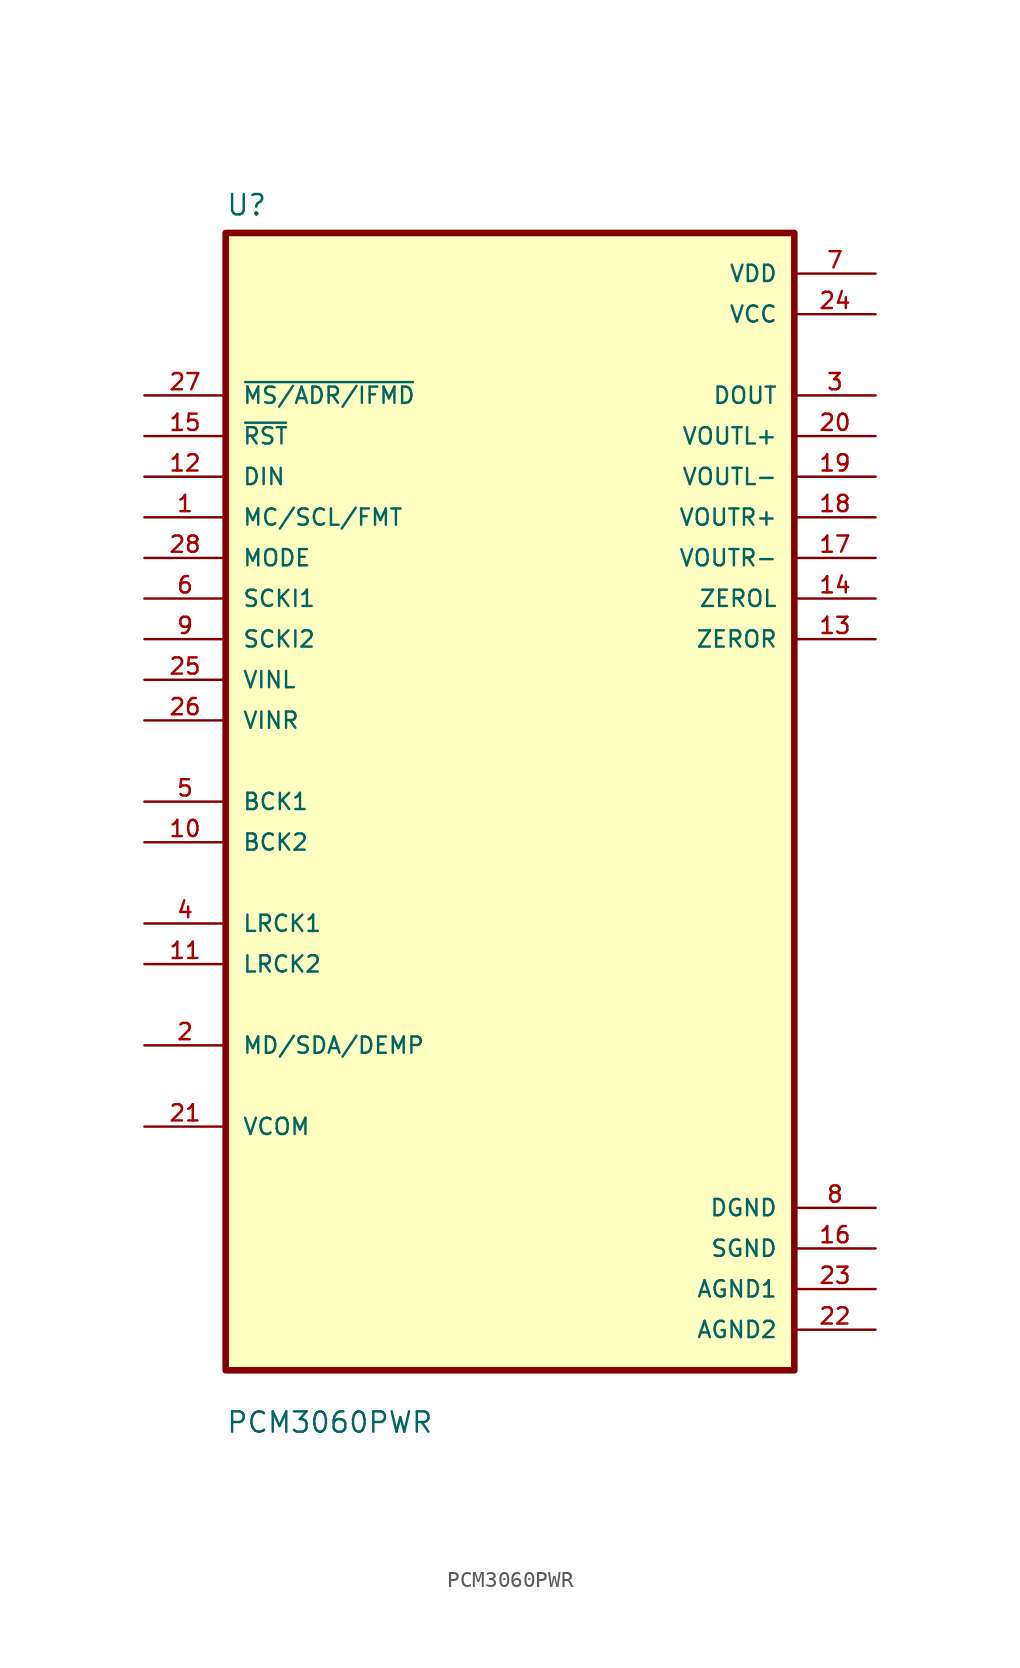
<source format=kicad_sym>
(kicad_symbol_lib
  (version 20220914)
  (generator kicad_symbol_editor)
  (symbol "PCM3060PWR"
    (pin_names
      (offset 1.016))
    (property "Reference" "U"
      (at -17.78 36.56 0)
      (effects (font (size 1.27 1.27)) (justify left bottom)))
    (property "Value" "PCM3060PWR"
      (at -17.78 -39.56 0)
      (effects (font (size 1.27 1.27)) (justify left bottom)))
    (symbol "PCM3060PWR_0_0"
      (rectangle (start -17.78 -35.56) (end 17.78 35.56) (stroke (width 0.41) (type default)) (fill (type background)))
      (pin input line (at -22.86 17.78 0) (length 5.08) (name "MC/SCL/FMT" (effects (font (size 1.016 1.016)))) (number "1" (effects (font (size 1.016 1.016)))))
      (pin bidirectional line (at -22.86 -2.54 0) (length 5.08) (name "BCK2" (effects (font (size 1.016 1.016)))) (number "10" (effects (font (size 1.016 1.016)))))
      (pin bidirectional line (at -22.86 -10.16 0) (length 5.08) (name "LRCK2" (effects (font (size 1.016 1.016)))) (number "11" (effects (font (size 1.016 1.016)))))
      (pin input line (at -22.86 20.32 0) (length 5.08) (name "DIN" (effects (font (size 1.016 1.016)))) (number "12" (effects (font (size 1.016 1.016)))))
      (pin output line (at 22.86 10.16 180) (length 5.08) (name "ZEROR" (effects (font (size 1.016 1.016)))) (number "13" (effects (font (size 1.016 1.016)))))
      (pin output line (at 22.86 12.7 180) (length 5.08) (name "ZEROL" (effects (font (size 1.016 1.016)))) (number "14" (effects (font (size 1.016 1.016)))))
      (pin input line (at -22.86 22.86 0) (length 5.08) (name "~{RST}" (effects (font (size 1.016 1.016)))) (number "15" (effects (font (size 1.016 1.016)))))
      (pin power_in line (at 22.86 -27.94 180) (length 5.08) (name "SGND" (effects (font (size 1.016 1.016)))) (number "16" (effects (font (size 1.016 1.016)))))
      (pin output line (at 22.86 15.24 180) (length 5.08) (name "VOUTR-" (effects (font (size 1.016 1.016)))) (number "17" (effects (font (size 1.016 1.016)))))
      (pin output line (at 22.86 17.78 180) (length 5.08) (name "VOUTR+" (effects (font (size 1.016 1.016)))) (number "18" (effects (font (size 1.016 1.016)))))
      (pin output line (at 22.86 20.32 180) (length 5.08) (name "VOUTL-" (effects (font (size 1.016 1.016)))) (number "19" (effects (font (size 1.016 1.016)))))
      (pin bidirectional line (at -22.86 -15.24 0) (length 5.08) (name "MD/SDA/DEMP" (effects (font (size 1.016 1.016)))) (number "2" (effects (font (size 1.016 1.016)))))
      (pin output line (at 22.86 22.86 180) (length 5.08) (name "VOUTL+" (effects (font (size 1.016 1.016)))) (number "20" (effects (font (size 1.016 1.016)))))
      (pin bidirectional line (at -22.86 -20.32 0) (length 5.08) (name "VCOM" (effects (font (size 1.016 1.016)))) (number "21" (effects (font (size 1.016 1.016)))))
      (pin power_in line (at 22.86 -33.02 180) (length 5.08) (name "AGND2" (effects (font (size 1.016 1.016)))) (number "22" (effects (font (size 1.016 1.016)))))
      (pin power_in line (at 22.86 -30.48 180) (length 5.08) (name "AGND1" (effects (font (size 1.016 1.016)))) (number "23" (effects (font (size 1.016 1.016)))))
      (pin power_in line (at 22.86 30.48 180) (length 5.08) (name "VCC" (effects (font (size 1.016 1.016)))) (number "24" (effects (font (size 1.016 1.016)))))
      (pin input line (at -22.86 7.62 0) (length 5.08) (name "VINL" (effects (font (size 1.016 1.016)))) (number "25" (effects (font (size 1.016 1.016)))))
      (pin input line (at -22.86 5.08 0) (length 5.08) (name "VINR" (effects (font (size 1.016 1.016)))) (number "26" (effects (font (size 1.016 1.016)))))
      (pin input line (at -22.86 25.4 0) (length 5.08) (name "~{MS/ADR/IFMD}" (effects (font (size 1.016 1.016)))) (number "27" (effects (font (size 1.016 1.016)))))
      (pin input line (at -22.86 15.24 0) (length 5.08) (name "MODE" (effects (font (size 1.016 1.016)))) (number "28" (effects (font (size 1.016 1.016)))))
      (pin output line (at 22.86 25.4 180) (length 5.08) (name "DOUT" (effects (font (size 1.016 1.016)))) (number "3" (effects (font (size 1.016 1.016)))))
      (pin bidirectional line (at -22.86 -7.62 0) (length 5.08) (name "LRCK1" (effects (font (size 1.016 1.016)))) (number "4" (effects (font (size 1.016 1.016)))))
      (pin bidirectional line (at -22.86 0 0) (length 5.08) (name "BCK1" (effects (font (size 1.016 1.016)))) (number "5" (effects (font (size 1.016 1.016)))))
      (pin input line (at -22.86 12.7 0) (length 5.08) (name "SCKI1" (effects (font (size 1.016 1.016)))) (number "6" (effects (font (size 1.016 1.016)))))
      (pin power_in line (at 22.86 33.02 180) (length 5.08) (name "VDD" (effects (font (size 1.016 1.016)))) (number "7" (effects (font (size 1.016 1.016)))))
      (pin power_in line (at 22.86 -25.4 180) (length 5.08) (name "DGND" (effects (font (size 1.016 1.016)))) (number "8" (effects (font (size 1.016 1.016)))))
      (pin input line (at -22.86 10.16 0) (length 5.08) (name "SCKI2" (effects (font (size 1.016 1.016)))) (number "9" (effects (font (size 1.016 1.016))))))))
</source>
